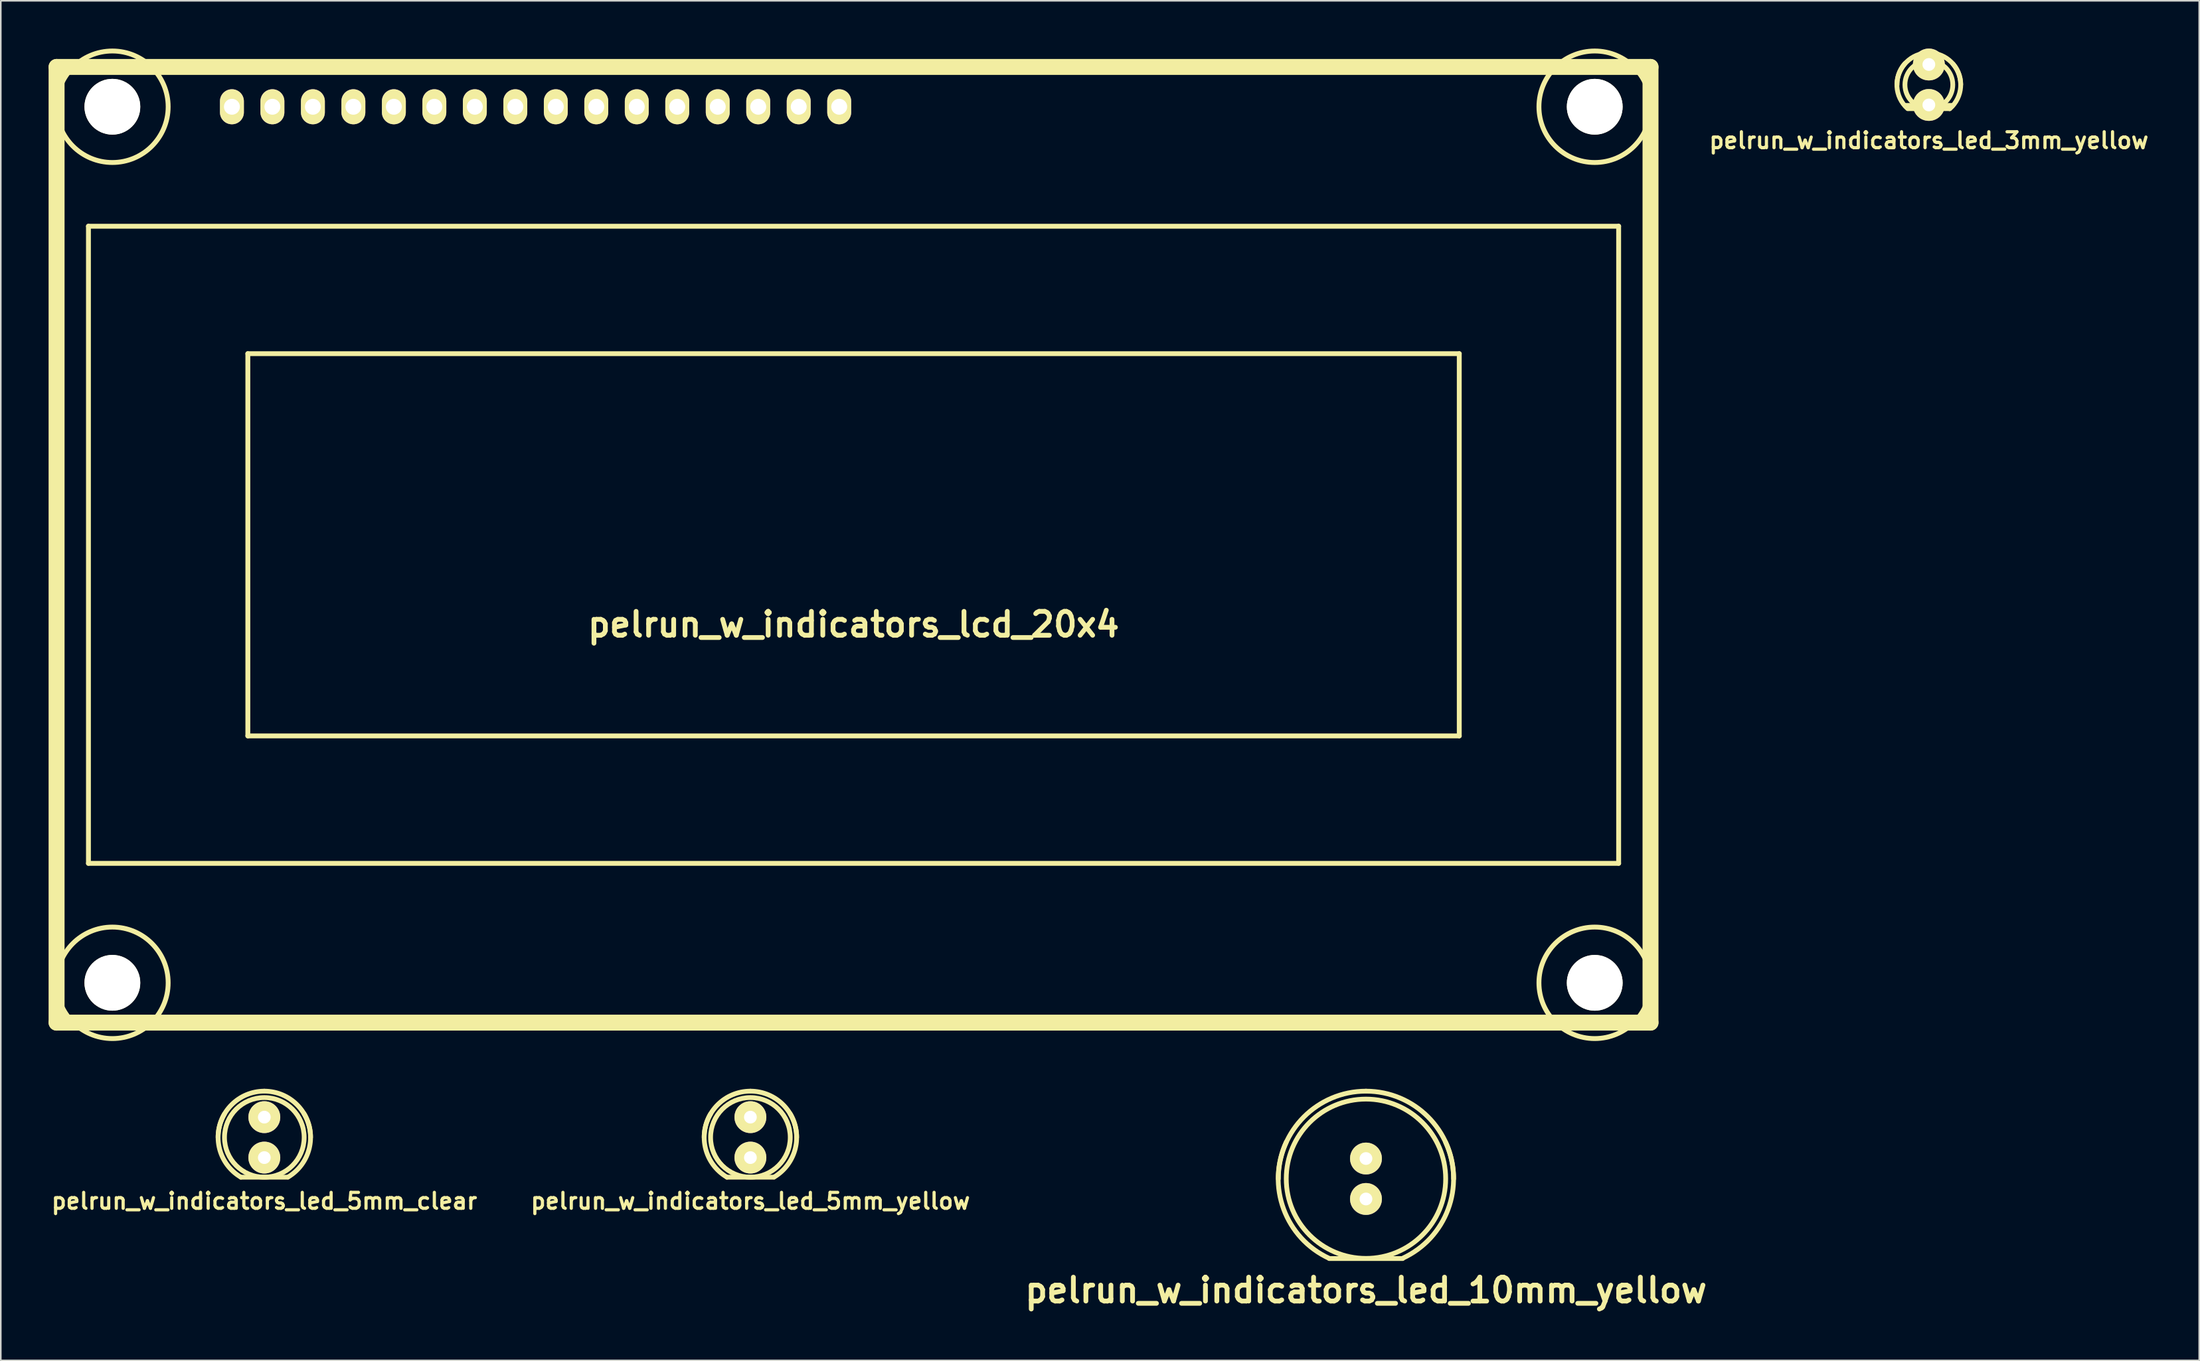
<source format=kicad_pcb>
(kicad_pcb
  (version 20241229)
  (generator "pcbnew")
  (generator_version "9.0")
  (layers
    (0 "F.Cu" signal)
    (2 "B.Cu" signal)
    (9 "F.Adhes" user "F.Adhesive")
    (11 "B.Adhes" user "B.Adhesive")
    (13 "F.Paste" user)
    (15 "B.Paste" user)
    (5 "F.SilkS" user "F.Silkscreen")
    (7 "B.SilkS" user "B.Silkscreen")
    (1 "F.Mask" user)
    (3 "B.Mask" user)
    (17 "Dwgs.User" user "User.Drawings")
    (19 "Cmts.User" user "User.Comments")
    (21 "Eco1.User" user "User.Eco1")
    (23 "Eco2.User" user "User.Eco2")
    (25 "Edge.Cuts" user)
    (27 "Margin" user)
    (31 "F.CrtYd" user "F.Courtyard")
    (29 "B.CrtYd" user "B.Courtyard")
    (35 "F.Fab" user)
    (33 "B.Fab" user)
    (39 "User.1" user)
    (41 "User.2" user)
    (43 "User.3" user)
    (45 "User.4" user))
  (footprint "pelrun_w_indicators_led_3mm_yellow"
    (layer "F.Cu")
    (at 117.963 2.269)
    (property "Reference" "pelrun_w_indicators_led_3mm_yellow" (at 0 3.5 0) (layer "F.SilkS") (effects (font (size 1 1) (thickness 0.2))))
    (attr through_hole)
    (fp_line (start -1.501 1.3) (end 1.501 1.3) (stroke (width 0.3) (type solid)) (layer "F.SilkS"))
    (fp_line (start -1.3 1.501) (end 1.3 1.501) (stroke (width 0.3) (type solid)) (layer "F.SilkS"))
    (fp_arc (start -1.99898 0) (mid -1.413492 -1.413492) (end 0 -1.99898) (stroke (width 0.29972) (type solid)) (layer "F.SilkS"))
    (fp_arc (start -1.33096 1.50114) (mid -2.002597 0.120335) (end -1.50114 -1.33096) (stroke (width 0.29972) (type solid)) (layer "F.SilkS"))
    (fp_arc (start 0 -1.99898) (mid 1.413492 -1.413492) (end 1.99898 0) (stroke (width 0.29972) (type solid)) (layer "F.SilkS"))
    (fp_arc (start 1.50876 -1.31064) (mid 1.993617 0.140092) (end 1.31064 1.50876) (stroke (width 0.29972) (type solid)) (layer "F.SilkS"))
    (fp_circle (center 0 0) (end -1.501 0) (stroke (width 0.3) (type solid)) (fill no) (layer "F.SilkS"))
    (pad "1" thru_hole circle (at 0 -1.27) (size 1.999 1.999) (drill 0.8) (layers "*.Cu" "*.Mask" "F.SilkS"))
    (pad "2" thru_hole circle (at 0 1.27) (size 1.999 1.999) (drill 0.8) (layers "*.Cu" "*.Mask" "F.SilkS")))
  (footprint "pelrun_w_indicators_lcd_20x4"
    (layer "F.Cu")
    (at 50.5 31.153)
    (property "Reference" "pelrun_w_indicators_lcd_20x4" (at 0 5.001 0) (layer "F.SilkS") (effects (font (size 1.5 1.5) (thickness 0.3))))
    (attr through_hole)
    (fp_line (start -50 -30) (end 50 -30) (stroke (width 1.001) (type solid)) (layer "F.SilkS"))
    (fp_line (start -50 30) (end -50 -30) (stroke (width 1.001) (type solid)) (layer "F.SilkS"))
    (fp_line (start -48.001 -20) (end 48.001 -20) (stroke (width 0.305) (type solid)) (layer "F.SilkS"))
    (fp_line (start -48.001 20) (end -48.001 -20) (stroke (width 0.305) (type solid)) (layer "F.SilkS"))
    (fp_line (start -38.001 -11.999) (end -38.001 11.999) (stroke (width 0.305) (type solid)) (layer "F.SilkS"))
    (fp_line (start -38.001 11.999) (end 38.001 11.999) (stroke (width 0.305) (type solid)) (layer "F.SilkS"))
    (fp_line (start 38.001 -11.999) (end -38.001 -11.999) (stroke (width 0.305) (type solid)) (layer "F.SilkS"))
    (fp_line (start 38.001 11.999) (end 38.001 -11.999) (stroke (width 0.305) (type solid)) (layer "F.SilkS"))
    (fp_line (start 48.001 -20) (end 48.001 20) (stroke (width 0.305) (type solid)) (layer "F.SilkS"))
    (fp_line (start 48.001 20) (end -48.001 20) (stroke (width 0.305) (type solid)) (layer "F.SilkS"))
    (fp_line (start 50 -30) (end 50 30) (stroke (width 1.001) (type solid)) (layer "F.SilkS"))
    (fp_line (start 50 30) (end -50 30) (stroke (width 1.001) (type solid)) (layer "F.SilkS"))
    (fp_circle (center -46.5 -27.501) (end -50 -27.501) (stroke (width 0.305) (type solid)) (fill no) (layer "F.SilkS"))
    (fp_circle (center -46.5 27.501) (end -50 27.501) (stroke (width 0.305) (type solid)) (fill no) (layer "F.SilkS"))
    (fp_circle (center 46.5 -27.501) (end 50 -27.501) (stroke (width 0.305) (type solid)) (fill no) (layer "F.SilkS"))
    (fp_circle (center 46.5 27.501) (end 50 27.501) (stroke (width 0.305) (type solid)) (fill no) (layer "F.SilkS"))
    (pad "" np_thru_hole circle (at -46.5 27.5) (size 3.5 3.5) (drill 3.5) (layers "*.Cu" "*.Mask" "F.SilkS"))
    (pad "" np_thru_hole circle (at -46.5 -27.501) (size 3.5 3.5) (drill 3.5) (layers "*.Cu" "*.Mask" "F.SilkS"))
    (pad "" np_thru_hole circle (at 46.5 -27.501) (size 3.5 3.5) (drill 3.5) (layers "*.Cu" "*.Mask" "F.SilkS"))
    (pad "" np_thru_hole circle (at 46.5 27.501) (size 3.5 3.5) (drill 3.5) (layers "*.Cu" "*.Mask" "F.SilkS"))
    (pad "1" thru_hole oval (at -39 -27.5) (size 1.5 2.2) (drill 1) (layers "*.Cu" "*.Mask" "F.SilkS"))
    (pad "2" thru_hole oval (at -36.46 -27.5) (size 1.5 2.2) (drill 1) (layers "*.Cu" "*.Mask" "F.SilkS"))
    (pad "3" thru_hole oval (at -33.92 -27.5) (size 1.5 2.2) (drill 1) (layers "*.Cu" "*.Mask" "F.SilkS"))
    (pad "4" thru_hole oval (at -31.38 -27.5) (size 1.5 2.2) (drill 1) (layers "*.Cu" "*.Mask" "F.SilkS"))
    (pad "5" thru_hole oval (at -28.84 -27.5) (size 1.5 2.2) (drill 1) (layers "*.Cu" "*.Mask" "F.SilkS"))
    (pad "6" thru_hole oval (at -26.3 -27.5) (size 1.5 2.2) (drill 1) (layers "*.Cu" "*.Mask" "F.SilkS"))
    (pad "7" thru_hole oval (at -23.76 -27.5) (size 1.5 2.2) (drill 1) (layers "*.Cu" "*.Mask" "F.SilkS"))
    (pad "8" thru_hole oval (at -21.22 -27.5) (size 1.5 2.2) (drill 1) (layers "*.Cu" "*.Mask" "F.SilkS"))
    (pad "9" thru_hole oval (at -18.68 -27.5) (size 1.5 2.2) (drill 1) (layers "*.Cu" "*.Mask" "F.SilkS"))
    (pad "10" thru_hole oval (at -16.14 -27.5) (size 1.5 2.2) (drill 1) (layers "*.Cu" "*.Mask" "F.SilkS"))
    (pad "11" thru_hole oval (at -13.6 -27.5) (size 1.5 2.2) (drill 1) (layers "*.Cu" "*.Mask" "F.SilkS"))
    (pad "12" thru_hole oval (at -11.06 -27.5) (size 1.5 2.2) (drill 1) (layers "*.Cu" "*.Mask" "F.SilkS"))
    (pad "13" thru_hole oval (at -8.52 -27.5) (size 1.5 2.2) (drill 1) (layers "*.Cu" "*.Mask" "F.SilkS"))
    (pad "14" thru_hole oval (at -5.98 -27.5) (size 1.5 2.2) (drill 1) (layers "*.Cu" "*.Mask" "F.SilkS"))
    (pad "15" thru_hole oval (at -3.44 -27.5) (size 1.5 2.2) (drill 1) (layers "*.Cu" "*.Mask" "F.SilkS"))
    (pad "16" thru_hole oval (at -0.9 -27.5) (size 1.5 2.2) (drill 1) (layers "*.Cu" "*.Mask" "F.SilkS")))
  (footprint "pelrun_w_indicators_led_5mm_clear"
    (layer "F.Cu")
    (at 13.533 68.357)
    (property "Reference" "pelrun_w_indicators_led_5mm_clear" (at 0 4 0) (layer "F.SilkS") (effects (font (size 1 1) (thickness 0.2))))
    (attr through_hole)
    (fp_line (start -1.471 2.499) (end 1.471 2.499) (stroke (width 0.3) (type solid)) (layer "F.SilkS"))
    (fp_arc (start -2.90068 0) (mid -2.05109 -2.05109) (end 0 -2.90068) (stroke (width 0.29972) (type solid)) (layer "F.SilkS"))
    (fp_arc (start -1.47066 2.49936) (mid -2.807228 0.727401) (end -2.49936 -1.47066) (stroke (width 0.29972) (type solid)) (layer "F.SilkS"))
    (fp_arc (start 0 -2.90068) (mid 2.05109 -2.05109) (end 2.90068 0) (stroke (width 0.29972) (type solid)) (layer "F.SilkS"))
    (fp_arc (start 2.4892 -1.49098) (mid 2.814412 0.705848) (end 1.49098 2.4892) (stroke (width 0.29972) (type solid)) (layer "F.SilkS"))
    (fp_circle (center 0 0) (end -2.499 0) (stroke (width 0.3) (type solid)) (fill no) (layer "F.SilkS"))
    (pad "1" thru_hole circle (at 0 -1.27) (size 1.999 1.999) (drill 0.8) (layers "*.Cu" "*.Mask" "F.SilkS"))
    (pad "2" thru_hole circle (at 0 1.27) (size 1.999 1.999) (drill 0.8) (layers "*.Cu" "*.Mask" "F.SilkS")))
  (footprint "pelrun_w_indicators_led_10mm_yellow"
    (layer "F.Cu")
    (at 82.648 70.955)
    (property "Reference" "pelrun_w_indicators_led_10mm_yellow" (at 0 7 0) (layer "F.SilkS") (effects (font (size 1.5 1.5) (thickness 0.3))))
    (attr through_hole)
    (fp_line (start -2.301 5.009) (end 2.301 5.009) (stroke (width 0.3) (type solid)) (layer "F.SilkS"))
    (fp_arc (start -5.4991 0) (mid -3.888451 -3.888451) (end 0 -5.4991) (stroke (width 0.29972) (type solid)) (layer "F.SilkS"))
    (fp_arc (start -2.30124 5.00126) (mid -5.163647 1.909202) (end -5.00126 -2.30124) (stroke (width 0.29972) (type solid)) (layer "F.SilkS"))
    (fp_arc (start 0 -5.4991) (mid 3.888451 -3.888451) (end 5.4991 0) (stroke (width 0.29972) (type solid)) (layer "F.SilkS"))
    (fp_arc (start 5.00126 -2.28092) (mid 5.149279 1.923571) (end 2.28092 5.00126) (stroke (width 0.29972) (type solid)) (layer "F.SilkS"))
    (fp_circle (center 0 0) (end -5.001 0) (stroke (width 0.3) (type solid)) (fill no) (layer "F.SilkS"))
    (pad "1" thru_hole circle (at 0 -1.27) (size 1.999 1.999) (drill 0.8) (layers "*.Cu" "*.Mask" "F.SilkS"))
    (pad "2" thru_hole circle (at 0 1.27) (size 1.999 1.999) (drill 0.8) (layers "*.Cu" "*.Mask" "F.SilkS")))
  (footprint "pelrun_w_indicators_led_5mm_yellow"
    (layer "F.Cu")
    (at 44.029 68.357)
    (property "Reference" "pelrun_w_indicators_led_5mm_yellow" (at 0 4 0) (layer "F.SilkS") (effects (font (size 1 1) (thickness 0.2))))
    (attr through_hole)
    (fp_line (start -1.471 2.499) (end 1.471 2.499) (stroke (width 0.3) (type solid)) (layer "F.SilkS"))
    (fp_arc (start -2.90068 0) (mid -2.05109 -2.05109) (end 0 -2.90068) (stroke (width 0.29972) (type solid)) (layer "F.SilkS"))
    (fp_arc (start -1.47066 2.49936) (mid -2.807228 0.727401) (end -2.49936 -1.47066) (stroke (width 0.29972) (type solid)) (layer "F.SilkS"))
    (fp_arc (start 0 -2.90068) (mid 2.05109 -2.05109) (end 2.90068 0) (stroke (width 0.29972) (type solid)) (layer "F.SilkS"))
    (fp_arc (start 2.4892 -1.49098) (mid 2.814412 0.705848) (end 1.49098 2.4892) (stroke (width 0.29972) (type solid)) (layer "F.SilkS"))
    (fp_circle (center 0 0) (end -2.499 0) (stroke (width 0.3) (type solid)) (fill no) (layer "F.SilkS"))
    (pad "1" thru_hole circle (at 0 -1.27) (size 1.999 1.999) (drill 0.8) (layers "*.Cu" "*.Mask" "F.SilkS"))
    (pad "2" thru_hole circle (at 0 1.27) (size 1.999 1.999) (drill 0.8) (layers "*.Cu" "*.Mask" "F.SilkS")))
  (gr_rect
    (start -3 -3)
    (end 134.925 82.359)
    (stroke (width 0.1) (type default))
    (fill no)
    (layer "Edge.Cuts")))
</source>
